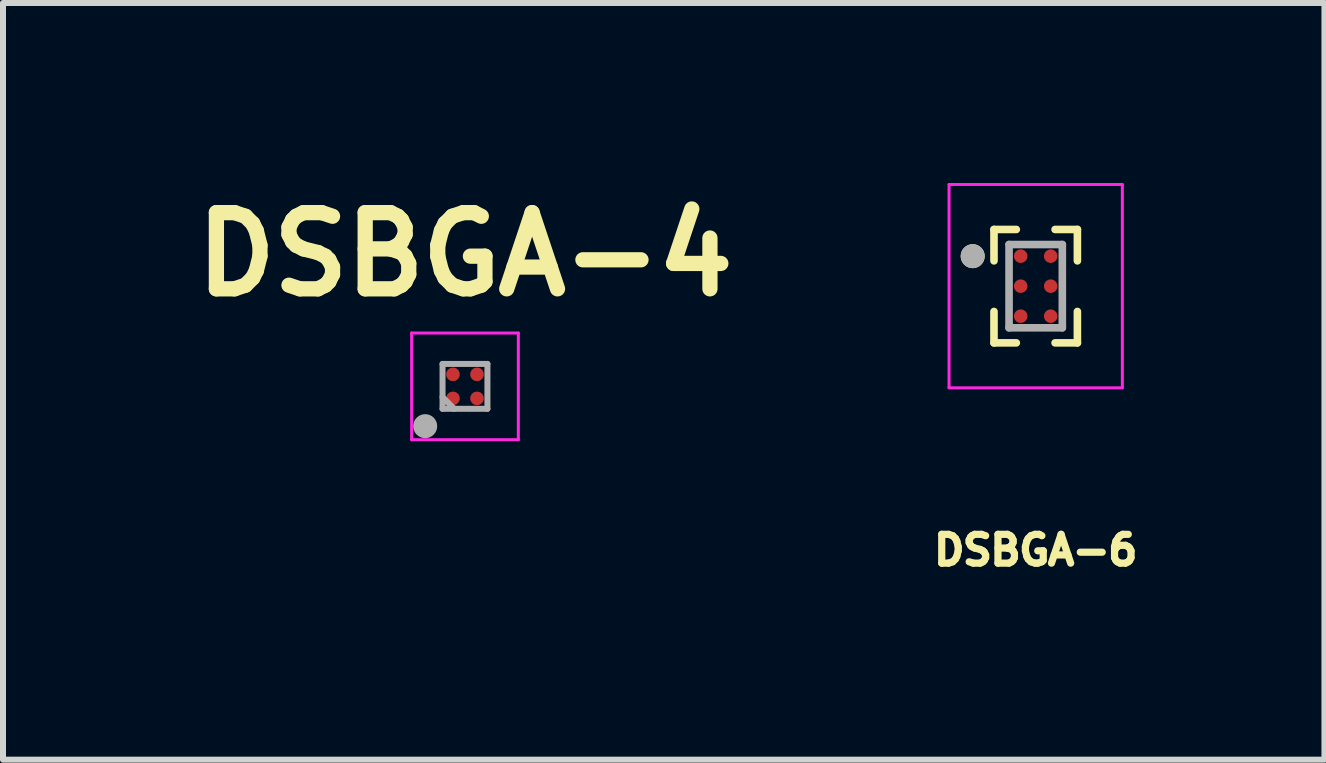
<source format=kicad_pcb>
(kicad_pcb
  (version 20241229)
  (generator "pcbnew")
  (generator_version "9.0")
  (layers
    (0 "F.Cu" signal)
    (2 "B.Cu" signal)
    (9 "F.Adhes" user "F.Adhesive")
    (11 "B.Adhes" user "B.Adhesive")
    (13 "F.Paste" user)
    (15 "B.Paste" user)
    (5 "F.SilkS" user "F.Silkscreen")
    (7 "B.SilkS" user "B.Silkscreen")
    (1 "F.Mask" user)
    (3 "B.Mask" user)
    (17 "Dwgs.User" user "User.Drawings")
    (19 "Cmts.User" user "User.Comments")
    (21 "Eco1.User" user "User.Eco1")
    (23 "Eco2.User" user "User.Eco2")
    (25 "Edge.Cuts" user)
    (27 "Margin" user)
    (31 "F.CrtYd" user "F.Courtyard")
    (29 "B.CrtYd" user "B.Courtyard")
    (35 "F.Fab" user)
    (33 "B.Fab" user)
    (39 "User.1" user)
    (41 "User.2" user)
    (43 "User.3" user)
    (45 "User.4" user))
  (footprint "DSBGA-6"
    (layer "F.Cu")
    (at 14.21 1.719)
    (property "Reference" "DSBGA-6" (at 0 4.4 0) (layer "F.SilkS") (effects (font (size 0.48 0.48) (thickness 0.12))))
    (attr smd)
    (fp_circle (center -0.25 -0.5) (end -0.169 -0.5) (stroke (width 0.163) (type solid)) (fill no) (layer "F.Mask"))
    (fp_circle (center -0.25 0) (end -0.169 0) (stroke (width 0.163) (type solid)) (fill no) (layer "F.Mask"))
    (fp_circle (center -0.25 0.5) (end -0.169 0.5) (stroke (width 0.163) (type solid)) (fill no) (layer "F.Mask"))
    (fp_circle (center 0.25 -0.5) (end 0.331 -0.5) (stroke (width 0.163) (type solid)) (fill no) (layer "F.Mask"))
    (fp_circle (center 0.25 0) (end 0.331 0) (stroke (width 0.163) (type solid)) (fill no) (layer "F.Mask"))
    (fp_circle (center 0.25 0.5) (end 0.331 0.5) (stroke (width 0.163) (type solid)) (fill no) (layer "F.Mask"))
    (fp_line (start -0.695 -0.945) (end -0.695 -0.422) (stroke (width 0.127) (type solid)) (layer "F.SilkS"))
    (fp_line (start -0.695 -0.945) (end -0.323 -0.945) (stroke (width 0.127) (type solid)) (layer "F.SilkS"))
    (fp_line (start -0.695 0.945) (end -0.695 0.422) (stroke (width 0.127) (type solid)) (layer "F.SilkS"))
    (fp_line (start -0.695 0.945) (end -0.323 0.945) (stroke (width 0.127) (type solid)) (layer "F.SilkS"))
    (fp_line (start 0.695 -0.945) (end 0.323 -0.945) (stroke (width 0.127) (type solid)) (layer "F.SilkS"))
    (fp_line (start 0.695 -0.945) (end 0.695 -0.422) (stroke (width 0.127) (type solid)) (layer "F.SilkS"))
    (fp_line (start 0.695 0.945) (end 0.323 0.945) (stroke (width 0.127) (type solid)) (layer "F.SilkS"))
    (fp_line (start 0.695 0.945) (end 0.695 0.422) (stroke (width 0.127) (type solid)) (layer "F.SilkS"))
    (fp_circle (center -1.05 -0.5) (end -0.95 -0.5) (stroke (width 0.2) (type solid)) (fill no) (layer "F.SilkS"))
    (fp_poly (pts (xy -0.125 -0.575) (xy -0.125 -0.425) (xy -0.125 -0.422) (xy -0.125 -0.42) (xy -0.126 -0.417) (xy -0.126 -0.415) (xy -0.127 -0.412) (xy -0.127 -0.41) (xy -0.128 -0.407) (xy -0.129 -0.405) (xy -0.13 -0.402) (xy -0.132 -0.4) (xy -0.133 -0.398) (xy -0.135 -0.396) (xy -0.136 -0.394) (xy -0.138 -0.392) (xy -0.14 -0.39) (xy -0.142 -0.388) (xy -0.144 -0.386) (xy -0.146 -0.385) (xy -0.148 -0.383) (xy -0.15 -0.382) (xy -0.152 -0.38) (xy -0.155 -0.379) (xy -0.157 -0.378) (xy -0.16 -0.377) (xy -0.162 -0.377) (xy -0.165 -0.376) (xy -0.167 -0.376) (xy -0.17 -0.375) (xy -0.172 -0.375) (xy -0.175 -0.375) (xy -0.325 -0.375) (xy -0.328 -0.375) (xy -0.33 -0.375) (xy -0.333 -0.376) (xy -0.335 -0.376) (xy -0.338 -0.377) (xy -0.34 -0.377) (xy -0.343 -0.378) (xy -0.345 -0.379) (xy -0.348 -0.38) (xy -0.35 -0.382) (xy -0.352 -0.383) (xy -0.354 -0.385) (xy -0.356 -0.386) (xy -0.358 -0.388) (xy -0.36 -0.39) (xy -0.362 -0.392) (xy -0.364 -0.394) (xy -0.365 -0.396) (xy -0.367 -0.398) (xy -0.368 -0.4) (xy -0.37 -0.402) (xy -0.371 -0.405) (xy -0.372 -0.407) (xy -0.373 -0.41) (xy -0.373 -0.412) (xy -0.374 -0.415) (xy -0.374 -0.417) (xy -0.375 -0.42) (xy -0.375 -0.422) (xy -0.375 -0.425) (xy -0.375 -0.575) (xy -0.375 -0.578) (xy -0.375 -0.58) (xy -0.374 -0.583) (xy -0.374 -0.585) (xy -0.373 -0.588) (xy -0.373 -0.59) (xy -0.372 -0.593) (xy -0.371 -0.595) (xy -0.37 -0.598) (xy -0.368 -0.6) (xy -0.367 -0.602) (xy -0.365 -0.604) (xy -0.364 -0.606) (xy -0.362 -0.608) (xy -0.36 -0.61) (xy -0.358 -0.612) (xy -0.356 -0.614) (xy -0.354 -0.615) (xy -0.352 -0.617) (xy -0.35 -0.618) (xy -0.348 -0.62) (xy -0.345 -0.621) (xy -0.343 -0.622) (xy -0.34 -0.623) (xy -0.338 -0.623) (xy -0.335 -0.624) (xy -0.333 -0.624) (xy -0.33 -0.625) (xy -0.328 -0.625) (xy -0.325 -0.625) (xy -0.175 -0.625) (xy -0.172 -0.625) (xy -0.17 -0.625) (xy -0.167 -0.624) (xy -0.165 -0.624) (xy -0.162 -0.623) (xy -0.16 -0.623) (xy -0.157 -0.622) (xy -0.155 -0.621) (xy -0.152 -0.62) (xy -0.15 -0.618) (xy -0.148 -0.617) (xy -0.146 -0.615) (xy -0.144 -0.614) (xy -0.142 -0.612) (xy -0.14 -0.61) (xy -0.138 -0.608) (xy -0.136 -0.606) (xy -0.135 -0.604) (xy -0.133 -0.602) (xy -0.132 -0.6) (xy -0.13 -0.598) (xy -0.129 -0.595) (xy -0.128 -0.593) (xy -0.127 -0.59) (xy -0.127 -0.588) (xy -0.126 -0.585) (xy -0.126 -0.583) (xy -0.125 -0.58) (xy -0.125 -0.578) (xy -0.125 -0.575)) (stroke (width 0.01) (type solid)) (fill yes) (layer "F.Paste"))
    (fp_poly (pts (xy -0.125 -0.075) (xy -0.125 0.075) (xy -0.125 0.078) (xy -0.125 0.08) (xy -0.126 0.083) (xy -0.126 0.085) (xy -0.127 0.088) (xy -0.127 0.09) (xy -0.128 0.093) (xy -0.129 0.095) (xy -0.13 0.098) (xy -0.132 0.1) (xy -0.133 0.102) (xy -0.135 0.104) (xy -0.136 0.106) (xy -0.138 0.108) (xy -0.14 0.11) (xy -0.142 0.112) (xy -0.144 0.114) (xy -0.146 0.115) (xy -0.148 0.117) (xy -0.15 0.118) (xy -0.152 0.12) (xy -0.155 0.121) (xy -0.157 0.122) (xy -0.16 0.123) (xy -0.162 0.123) (xy -0.165 0.124) (xy -0.167 0.124) (xy -0.17 0.125) (xy -0.172 0.125) (xy -0.175 0.125) (xy -0.325 0.125) (xy -0.328 0.125) (xy -0.33 0.125) (xy -0.333 0.124) (xy -0.335 0.124) (xy -0.338 0.123) (xy -0.34 0.123) (xy -0.343 0.122) (xy -0.345 0.121) (xy -0.348 0.12) (xy -0.35 0.118) (xy -0.352 0.117) (xy -0.354 0.115) (xy -0.356 0.114) (xy -0.358 0.112) (xy -0.36 0.11) (xy -0.362 0.108) (xy -0.364 0.106) (xy -0.365 0.104) (xy -0.367 0.102) (xy -0.368 0.1) (xy -0.37 0.098) (xy -0.371 0.095) (xy -0.372 0.093) (xy -0.373 0.09) (xy -0.373 0.088) (xy -0.374 0.085) (xy -0.374 0.083) (xy -0.375 0.08) (xy -0.375 0.078) (xy -0.375 0.075) (xy -0.375 -0.075) (xy -0.375 -0.078) (xy -0.375 -0.08) (xy -0.374 -0.083) (xy -0.374 -0.085) (xy -0.373 -0.088) (xy -0.373 -0.09) (xy -0.372 -0.093) (xy -0.371 -0.095) (xy -0.37 -0.098) (xy -0.368 -0.1) (xy -0.367 -0.102) (xy -0.365 -0.104) (xy -0.364 -0.106) (xy -0.362 -0.108) (xy -0.36 -0.11) (xy -0.358 -0.112) (xy -0.356 -0.114) (xy -0.354 -0.115) (xy -0.352 -0.117) (xy -0.35 -0.118) (xy -0.348 -0.12) (xy -0.345 -0.121) (xy -0.343 -0.122) (xy -0.34 -0.123) (xy -0.338 -0.123) (xy -0.335 -0.124) (xy -0.333 -0.124) (xy -0.33 -0.125) (xy -0.328 -0.125) (xy -0.325 -0.125) (xy -0.175 -0.125) (xy -0.172 -0.125) (xy -0.17 -0.125) (xy -0.167 -0.124) (xy -0.165 -0.124) (xy -0.162 -0.123) (xy -0.16 -0.123) (xy -0.157 -0.122) (xy -0.155 -0.121) (xy -0.152 -0.12) (xy -0.15 -0.118) (xy -0.148 -0.117) (xy -0.146 -0.115) (xy -0.144 -0.114) (xy -0.142 -0.112) (xy -0.14 -0.11) (xy -0.138 -0.108) (xy -0.136 -0.106) (xy -0.135 -0.104) (xy -0.133 -0.102) (xy -0.132 -0.1) (xy -0.13 -0.098) (xy -0.129 -0.095) (xy -0.128 -0.093) (xy -0.127 -0.09) (xy -0.127 -0.088) (xy -0.126 -0.085) (xy -0.126 -0.083) (xy -0.125 -0.08) (xy -0.125 -0.078) (xy -0.125 -0.075)) (stroke (width 0.01) (type solid)) (fill yes) (layer "F.Paste"))
    (fp_poly (pts (xy -0.125 0.425) (xy -0.125 0.575) (xy -0.125 0.578) (xy -0.125 0.58) (xy -0.126 0.583) (xy -0.126 0.585) (xy -0.127 0.588) (xy -0.127 0.59) (xy -0.128 0.593) (xy -0.129 0.595) (xy -0.13 0.598) (xy -0.132 0.6) (xy -0.133 0.602) (xy -0.135 0.604) (xy -0.136 0.606) (xy -0.138 0.608) (xy -0.14 0.61) (xy -0.142 0.612) (xy -0.144 0.614) (xy -0.146 0.615) (xy -0.148 0.617) (xy -0.15 0.618) (xy -0.152 0.62) (xy -0.155 0.621) (xy -0.157 0.622) (xy -0.16 0.623) (xy -0.162 0.623) (xy -0.165 0.624) (xy -0.167 0.624) (xy -0.17 0.625) (xy -0.172 0.625) (xy -0.175 0.625) (xy -0.325 0.625) (xy -0.328 0.625) (xy -0.33 0.625) (xy -0.333 0.624) (xy -0.335 0.624) (xy -0.338 0.623) (xy -0.34 0.623) (xy -0.343 0.622) (xy -0.345 0.621) (xy -0.348 0.62) (xy -0.35 0.618) (xy -0.352 0.617) (xy -0.354 0.615) (xy -0.356 0.614) (xy -0.358 0.612) (xy -0.36 0.61) (xy -0.362 0.608) (xy -0.364 0.606) (xy -0.365 0.604) (xy -0.367 0.602) (xy -0.368 0.6) (xy -0.37 0.598) (xy -0.371 0.595) (xy -0.372 0.593) (xy -0.373 0.59) (xy -0.373 0.588) (xy -0.374 0.585) (xy -0.374 0.583) (xy -0.375 0.58) (xy -0.375 0.578) (xy -0.375 0.575) (xy -0.375 0.425) (xy -0.375 0.422) (xy -0.375 0.42) (xy -0.374 0.417) (xy -0.374 0.415) (xy -0.373 0.412) (xy -0.373 0.41) (xy -0.372 0.407) (xy -0.371 0.405) (xy -0.37 0.402) (xy -0.368 0.4) (xy -0.367 0.398) (xy -0.365 0.396) (xy -0.364 0.394) (xy -0.362 0.392) (xy -0.36 0.39) (xy -0.358 0.388) (xy -0.356 0.386) (xy -0.354 0.385) (xy -0.352 0.383) (xy -0.35 0.382) (xy -0.348 0.38) (xy -0.345 0.379) (xy -0.343 0.378) (xy -0.34 0.377) (xy -0.338 0.377) (xy -0.335 0.376) (xy -0.333 0.376) (xy -0.33 0.375) (xy -0.328 0.375) (xy -0.325 0.375) (xy -0.175 0.375) (xy -0.172 0.375) (xy -0.17 0.375) (xy -0.167 0.376) (xy -0.165 0.376) (xy -0.162 0.377) (xy -0.16 0.377) (xy -0.157 0.378) (xy -0.155 0.379) (xy -0.152 0.38) (xy -0.15 0.382) (xy -0.148 0.383) (xy -0.146 0.385) (xy -0.144 0.386) (xy -0.142 0.388) (xy -0.14 0.39) (xy -0.138 0.392) (xy -0.136 0.394) (xy -0.135 0.396) (xy -0.133 0.398) (xy -0.132 0.4) (xy -0.13 0.402) (xy -0.129 0.405) (xy -0.128 0.407) (xy -0.127 0.41) (xy -0.127 0.412) (xy -0.126 0.415) (xy -0.126 0.417) (xy -0.125 0.42) (xy -0.125 0.422) (xy -0.125 0.425)) (stroke (width 0.01) (type solid)) (fill yes) (layer "F.Paste"))
    (fp_poly (pts (xy 0.375 -0.575) (xy 0.375 -0.425) (xy 0.375 -0.422) (xy 0.375 -0.42) (xy 0.374 -0.417) (xy 0.374 -0.415) (xy 0.373 -0.412) (xy 0.373 -0.41) (xy 0.372 -0.407) (xy 0.371 -0.405) (xy 0.37 -0.402) (xy 0.368 -0.4) (xy 0.367 -0.398) (xy 0.365 -0.396) (xy 0.364 -0.394) (xy 0.362 -0.392) (xy 0.36 -0.39) (xy 0.358 -0.388) (xy 0.356 -0.386) (xy 0.354 -0.385) (xy 0.352 -0.383) (xy 0.35 -0.382) (xy 0.348 -0.38) (xy 0.345 -0.379) (xy 0.343 -0.378) (xy 0.34 -0.377) (xy 0.338 -0.377) (xy 0.335 -0.376) (xy 0.333 -0.376) (xy 0.33 -0.375) (xy 0.328 -0.375) (xy 0.325 -0.375) (xy 0.175 -0.375) (xy 0.172 -0.375) (xy 0.17 -0.375) (xy 0.167 -0.376) (xy 0.165 -0.376) (xy 0.162 -0.377) (xy 0.16 -0.377) (xy 0.157 -0.378) (xy 0.155 -0.379) (xy 0.152 -0.38) (xy 0.15 -0.382) (xy 0.148 -0.383) (xy 0.146 -0.385) (xy 0.144 -0.386) (xy 0.142 -0.388) (xy 0.14 -0.39) (xy 0.138 -0.392) (xy 0.136 -0.394) (xy 0.135 -0.396) (xy 0.133 -0.398) (xy 0.132 -0.4) (xy 0.13 -0.402) (xy 0.129 -0.405) (xy 0.128 -0.407) (xy 0.127 -0.41) (xy 0.127 -0.412) (xy 0.126 -0.415) (xy 0.126 -0.417) (xy 0.125 -0.42) (xy 0.125 -0.422) (xy 0.125 -0.425) (xy 0.125 -0.575) (xy 0.125 -0.578) (xy 0.125 -0.58) (xy 0.126 -0.583) (xy 0.126 -0.585) (xy 0.127 -0.588) (xy 0.127 -0.59) (xy 0.128 -0.593) (xy 0.129 -0.595) (xy 0.13 -0.598) (xy 0.132 -0.6) (xy 0.133 -0.602) (xy 0.135 -0.604) (xy 0.136 -0.606) (xy 0.138 -0.608) (xy 0.14 -0.61) (xy 0.142 -0.612) (xy 0.144 -0.614) (xy 0.146 -0.615) (xy 0.148 -0.617) (xy 0.15 -0.618) (xy 0.152 -0.62) (xy 0.155 -0.621) (xy 0.157 -0.622) (xy 0.16 -0.623) (xy 0.162 -0.623) (xy 0.165 -0.624) (xy 0.167 -0.624) (xy 0.17 -0.625) (xy 0.172 -0.625) (xy 0.175 -0.625) (xy 0.325 -0.625) (xy 0.328 -0.625) (xy 0.33 -0.625) (xy 0.333 -0.624) (xy 0.335 -0.624) (xy 0.338 -0.623) (xy 0.34 -0.623) (xy 0.343 -0.622) (xy 0.345 -0.621) (xy 0.348 -0.62) (xy 0.35 -0.618) (xy 0.352 -0.617) (xy 0.354 -0.615) (xy 0.356 -0.614) (xy 0.358 -0.612) (xy 0.36 -0.61) (xy 0.362 -0.608) (xy 0.364 -0.606) (xy 0.365 -0.604) (xy 0.367 -0.602) (xy 0.368 -0.6) (xy 0.37 -0.598) (xy 0.371 -0.595) (xy 0.372 -0.593) (xy 0.373 -0.59) (xy 0.373 -0.588) (xy 0.374 -0.585) (xy 0.374 -0.583) (xy 0.375 -0.58) (xy 0.375 -0.578) (xy 0.375 -0.575)) (stroke (width 0.01) (type solid)) (fill yes) (layer "F.Paste"))
    (fp_poly (pts (xy 0.375 -0.075) (xy 0.375 0.075) (xy 0.375 0.078) (xy 0.375 0.08) (xy 0.374 0.083) (xy 0.374 0.085) (xy 0.373 0.088) (xy 0.373 0.09) (xy 0.372 0.093) (xy 0.371 0.095) (xy 0.37 0.098) (xy 0.368 0.1) (xy 0.367 0.102) (xy 0.365 0.104) (xy 0.364 0.106) (xy 0.362 0.108) (xy 0.36 0.11) (xy 0.358 0.112) (xy 0.356 0.114) (xy 0.354 0.115) (xy 0.352 0.117) (xy 0.35 0.118) (xy 0.348 0.12) (xy 0.345 0.121) (xy 0.343 0.122) (xy 0.34 0.123) (xy 0.338 0.123) (xy 0.335 0.124) (xy 0.333 0.124) (xy 0.33 0.125) (xy 0.328 0.125) (xy 0.325 0.125) (xy 0.175 0.125) (xy 0.172 0.125) (xy 0.17 0.125) (xy 0.167 0.124) (xy 0.165 0.124) (xy 0.162 0.123) (xy 0.16 0.123) (xy 0.157 0.122) (xy 0.155 0.121) (xy 0.152 0.12) (xy 0.15 0.118) (xy 0.148 0.117) (xy 0.146 0.115) (xy 0.144 0.114) (xy 0.142 0.112) (xy 0.14 0.11) (xy 0.138 0.108) (xy 0.136 0.106) (xy 0.135 0.104) (xy 0.133 0.102) (xy 0.132 0.1) (xy 0.13 0.098) (xy 0.129 0.095) (xy 0.128 0.093) (xy 0.127 0.09) (xy 0.127 0.088) (xy 0.126 0.085) (xy 0.126 0.083) (xy 0.125 0.08) (xy 0.125 0.078) (xy 0.125 0.075) (xy 0.125 -0.075) (xy 0.125 -0.078) (xy 0.125 -0.08) (xy 0.126 -0.083) (xy 0.126 -0.085) (xy 0.127 -0.088) (xy 0.127 -0.09) (xy 0.128 -0.093) (xy 0.129 -0.095) (xy 0.13 -0.098) (xy 0.132 -0.1) (xy 0.133 -0.102) (xy 0.135 -0.104) (xy 0.136 -0.106) (xy 0.138 -0.108) (xy 0.14 -0.11) (xy 0.142 -0.112) (xy 0.144 -0.114) (xy 0.146 -0.115) (xy 0.148 -0.117) (xy 0.15 -0.118) (xy 0.152 -0.12) (xy 0.155 -0.121) (xy 0.157 -0.122) (xy 0.16 -0.123) (xy 0.162 -0.123) (xy 0.165 -0.124) (xy 0.167 -0.124) (xy 0.17 -0.125) (xy 0.172 -0.125) (xy 0.175 -0.125) (xy 0.325 -0.125) (xy 0.328 -0.125) (xy 0.33 -0.125) (xy 0.333 -0.124) (xy 0.335 -0.124) (xy 0.338 -0.123) (xy 0.34 -0.123) (xy 0.343 -0.122) (xy 0.345 -0.121) (xy 0.348 -0.12) (xy 0.35 -0.118) (xy 0.352 -0.117) (xy 0.354 -0.115) (xy 0.356 -0.114) (xy 0.358 -0.112) (xy 0.36 -0.11) (xy 0.362 -0.108) (xy 0.364 -0.106) (xy 0.365 -0.104) (xy 0.367 -0.102) (xy 0.368 -0.1) (xy 0.37 -0.098) (xy 0.371 -0.095) (xy 0.372 -0.093) (xy 0.373 -0.09) (xy 0.373 -0.088) (xy 0.374 -0.085) (xy 0.374 -0.083) (xy 0.375 -0.08) (xy 0.375 -0.078) (xy 0.375 -0.075)) (stroke (width 0.01) (type solid)) (fill yes) (layer "F.Paste"))
    (fp_poly (pts (xy 0.375 0.425) (xy 0.375 0.575) (xy 0.375 0.578) (xy 0.375 0.58) (xy 0.374 0.583) (xy 0.374 0.585) (xy 0.373 0.588) (xy 0.373 0.59) (xy 0.372 0.593) (xy 0.371 0.595) (xy 0.37 0.598) (xy 0.368 0.6) (xy 0.367 0.602) (xy 0.365 0.604) (xy 0.364 0.606) (xy 0.362 0.608) (xy 0.36 0.61) (xy 0.358 0.612) (xy 0.356 0.614) (xy 0.354 0.615) (xy 0.352 0.617) (xy 0.35 0.618) (xy 0.348 0.62) (xy 0.345 0.621) (xy 0.343 0.622) (xy 0.34 0.623) (xy 0.338 0.623) (xy 0.335 0.624) (xy 0.333 0.624) (xy 0.33 0.625) (xy 0.328 0.625) (xy 0.325 0.625) (xy 0.175 0.625) (xy 0.172 0.625) (xy 0.17 0.625) (xy 0.167 0.624) (xy 0.165 0.624) (xy 0.162 0.623) (xy 0.16 0.623) (xy 0.157 0.622) (xy 0.155 0.621) (xy 0.152 0.62) (xy 0.15 0.618) (xy 0.148 0.617) (xy 0.146 0.615) (xy 0.144 0.614) (xy 0.142 0.612) (xy 0.14 0.61) (xy 0.138 0.608) (xy 0.136 0.606) (xy 0.135 0.604) (xy 0.133 0.602) (xy 0.132 0.6) (xy 0.13 0.598) (xy 0.129 0.595) (xy 0.128 0.593) (xy 0.127 0.59) (xy 0.127 0.588) (xy 0.126 0.585) (xy 0.126 0.583) (xy 0.125 0.58) (xy 0.125 0.578) (xy 0.125 0.575) (xy 0.125 0.425) (xy 0.125 0.422) (xy 0.125 0.42) (xy 0.126 0.417) (xy 0.126 0.415) (xy 0.127 0.412) (xy 0.127 0.41) (xy 0.128 0.407) (xy 0.129 0.405) (xy 0.13 0.402) (xy 0.132 0.4) (xy 0.133 0.398) (xy 0.135 0.396) (xy 0.136 0.394) (xy 0.138 0.392) (xy 0.14 0.39) (xy 0.142 0.388) (xy 0.144 0.386) (xy 0.146 0.385) (xy 0.148 0.383) (xy 0.15 0.382) (xy 0.152 0.38) (xy 0.155 0.379) (xy 0.157 0.378) (xy 0.16 0.377) (xy 0.162 0.377) (xy 0.165 0.376) (xy 0.167 0.376) (xy 0.17 0.375) (xy 0.172 0.375) (xy 0.175 0.375) (xy 0.325 0.375) (xy 0.328 0.375) (xy 0.33 0.375) (xy 0.333 0.376) (xy 0.335 0.376) (xy 0.338 0.377) (xy 0.34 0.377) (xy 0.343 0.378) (xy 0.345 0.379) (xy 0.348 0.38) (xy 0.35 0.382) (xy 0.352 0.383) (xy 0.354 0.385) (xy 0.356 0.386) (xy 0.358 0.388) (xy 0.36 0.39) (xy 0.362 0.392) (xy 0.364 0.394) (xy 0.365 0.396) (xy 0.367 0.398) (xy 0.368 0.4) (xy 0.37 0.402) (xy 0.371 0.405) (xy 0.372 0.407) (xy 0.373 0.41) (xy 0.373 0.412) (xy 0.374 0.415) (xy 0.374 0.417) (xy 0.375 0.42) (xy 0.375 0.422) (xy 0.375 0.425)) (stroke (width 0.01) (type solid)) (fill yes) (layer "F.Paste"))
    (fp_line (start -1.444 -1.694) (end -1.444 1.694) (stroke (width 0.05) (type solid)) (layer "F.CrtYd"))
    (fp_line (start -1.444 1.694) (end 1.444 1.694) (stroke (width 0.05) (type solid)) (layer "F.CrtYd"))
    (fp_line (start 1.444 -1.694) (end -1.444 -1.694) (stroke (width 0.05) (type solid)) (layer "F.CrtYd"))
    (fp_line (start 1.444 1.694) (end 1.444 -1.694) (stroke (width 0.05) (type solid)) (layer "F.CrtYd"))
    (fp_line (start -0.444 0.694) (end -0.444 -0.694) (stroke (width 0.127) (type solid)) (layer "F.Fab"))
    (fp_line (start 0.444 -0.694) (end -0.444 -0.694) (stroke (width 0.127) (type solid)) (layer "F.Fab"))
    (fp_line (start 0.444 0.694) (end -0.444 0.694) (stroke (width 0.127) (type solid)) (layer "F.Fab"))
    (fp_line (start 0.444 0.694) (end 0.444 -0.694) (stroke (width 0.127) (type solid)) (layer "F.Fab"))
    (fp_circle (center -1.05 -0.5) (end -0.95 -0.5) (stroke (width 0.2) (type solid)) (fill no) (layer "F.Fab"))
    (pad "1" smd circle (at -0.25 -0.5) (size 0.225 0.225) (layers "F.Cu"))
    (pad "2" smd circle (at -0.25 0) (size 0.225 0.225) (layers "F.Cu"))
    (pad "3" smd circle (at -0.25 0.5) (size 0.225 0.225) (layers "F.Cu"))
    (pad "4" smd circle (at 0.25 0.5) (size 0.225 0.225) (layers "F.Cu"))
    (pad "5" smd circle (at 0.25 0) (size 0.225 0.225) (layers "F.Cu"))
    (pad "6" smd circle (at 0.25 -0.5) (size 0.225 0.225) (layers "F.Cu")))
  (footprint "DSBGA-4"
    (layer "F.Cu")
    (at 4.699 3.389)
    (property "Reference" "DSBGA-4" (at 0 -2.2 0) (layer "F.SilkS") (effects (font (size 1.27 1.27) (thickness 0.254))))
    (attr smd)
    (fp_line (start -0.889 -0.889) (end 0.889 -0.889) (stroke (width 0.05) (type solid)) (layer "F.CrtYd"))
    (fp_line (start -0.889 0.889) (end -0.889 -0.889) (stroke (width 0.05) (type solid)) (layer "F.CrtYd"))
    (fp_line (start 0.889 -0.889) (end 0.889 0.889) (stroke (width 0.05) (type solid)) (layer "F.CrtYd"))
    (fp_line (start 0.889 0.889) (end -0.889 0.889) (stroke (width 0.05) (type solid)) (layer "F.CrtYd"))
    (fp_line (start -0.374 -0.374) (end 0.374 -0.374) (stroke (width 0.1) (type solid)) (layer "F.Fab"))
    (fp_line (start -0.374 0.374) (end -0.374 -0.374) (stroke (width 0.1) (type solid)) (layer "F.Fab"))
    (fp_line (start -0.18 0.374) (end -0.374 0.18) (stroke (width 0.1) (type solid)) (layer "F.Fab"))
    (fp_line (start 0.374 -0.374) (end 0.374 0.374) (stroke (width 0.1) (type solid)) (layer "F.Fab"))
    (fp_line (start 0.374 0.374) (end -0.374 0.374) (stroke (width 0.1) (type solid)) (layer "F.Fab"))
    (fp_circle (center -0.663 0.663) (end -0.563 0.663) (stroke (width 0.2) (type solid)) (fill no) (layer "F.Fab"))
    (pad "A1" smd circle (at -0.2 0.2 180) (size 0.226 0.226) (layers "F.Cu" "F.Mask" "F.Paste"))
    (pad "A2" smd circle (at -0.2 -0.2 180) (size 0.226 0.226) (layers "F.Cu" "F.Mask" "F.Paste"))
    (pad "B1" smd circle (at 0.2 0.2 180) (size 0.226 0.226) (layers "F.Cu" "F.Mask" "F.Paste"))
    (pad "B2" smd circle (at 0.2 -0.2 180) (size 0.226 0.226) (layers "F.Cu" "F.Mask" "F.Paste")))
  (gr_rect
    (start -3 -3)
    (end 19.022 9.61)
    (stroke (width 0.1) (type default))
    (fill no)
    (layer "Edge.Cuts")))
</source>
